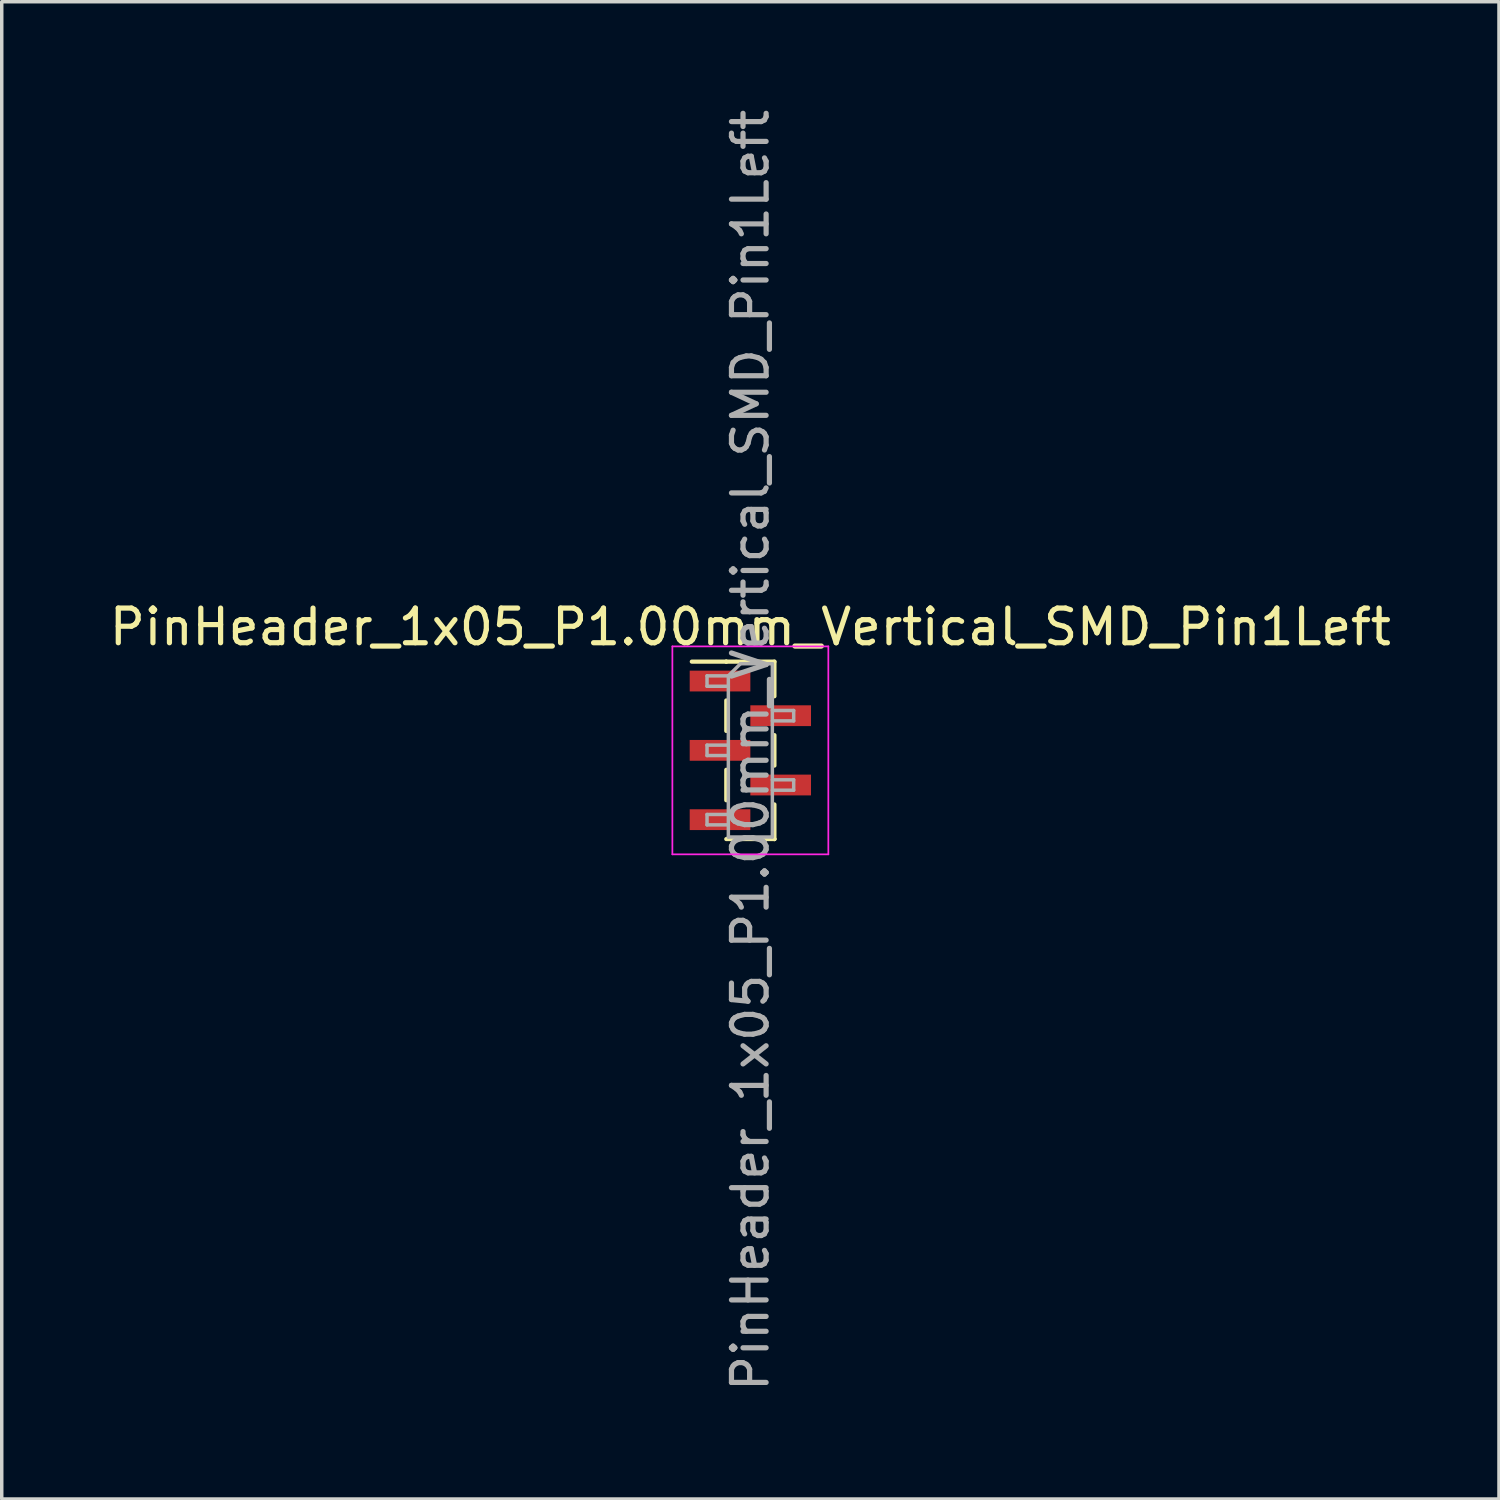
<source format=kicad_pcb>
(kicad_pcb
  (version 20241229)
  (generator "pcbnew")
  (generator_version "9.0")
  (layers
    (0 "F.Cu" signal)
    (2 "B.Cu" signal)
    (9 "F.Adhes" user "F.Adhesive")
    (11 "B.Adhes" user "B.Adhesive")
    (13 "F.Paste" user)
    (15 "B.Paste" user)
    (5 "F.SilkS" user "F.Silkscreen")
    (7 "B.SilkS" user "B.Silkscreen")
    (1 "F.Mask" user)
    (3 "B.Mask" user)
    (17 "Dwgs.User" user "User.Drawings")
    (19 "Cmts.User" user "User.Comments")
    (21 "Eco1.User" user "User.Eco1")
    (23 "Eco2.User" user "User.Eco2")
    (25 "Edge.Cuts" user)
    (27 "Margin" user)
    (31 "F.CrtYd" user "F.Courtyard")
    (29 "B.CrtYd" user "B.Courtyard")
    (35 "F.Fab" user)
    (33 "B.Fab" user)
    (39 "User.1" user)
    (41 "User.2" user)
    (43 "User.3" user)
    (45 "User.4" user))
  (footprint "PinHeader_1x05_P1.00mm_Vertical_SMD_Pin1Left"
    (layer "F.Cu")
    (at 18.601 18.601)
    (property "Reference" "PinHeader_1x05_P1.00mm_Vertical_SMD_Pin1Left" (at 0 -3.56 0) (layer "F.SilkS") (effects (font (size 1 1) (thickness 0.15))))
    (attr smd)
    (fp_line (start -0.695 -2.56) (end -1.69 -2.56) (stroke (width 0.12) (type solid)) (layer "F.SilkS"))
    (fp_line (start -0.695 -2.56) (end -0.695 -2.56) (stroke (width 0.12) (type solid)) (layer "F.SilkS"))
    (fp_line (start -0.695 -2.56) (end 0.695 -2.56) (stroke (width 0.12) (type solid)) (layer "F.SilkS"))
    (fp_line (start -0.695 -1.44) (end -0.695 -0.56) (stroke (width 0.12) (type solid)) (layer "F.SilkS"))
    (fp_line (start -0.695 0.56) (end -0.695 1.44) (stroke (width 0.12) (type solid)) (layer "F.SilkS"))
    (fp_line (start -0.695 2.56) (end 0.695 2.56) (stroke (width 0.12) (type solid)) (layer "F.SilkS"))
    (fp_line (start 0.695 -2.56) (end 0.695 -1.56) (stroke (width 0.12) (type solid)) (layer "F.SilkS"))
    (fp_line (start 0.695 -0.44) (end 0.695 0.44) (stroke (width 0.12) (type solid)) (layer "F.SilkS"))
    (fp_line (start 0.695 1.56) (end 0.695 2.56) (stroke (width 0.12) (type solid)) (layer "F.SilkS"))
    (fp_line (start 0.695 2.56) (end 0.695 2.56) (stroke (width 0.12) (type solid)) (layer "F.SilkS"))
    (fp_line (start -2.25 -3) (end -2.25 3) (stroke (width 0.05) (type solid)) (layer "F.CrtYd"))
    (fp_line (start -2.25 3) (end 2.25 3) (stroke (width 0.05) (type solid)) (layer "F.CrtYd"))
    (fp_line (start 2.25 -3) (end -2.25 -3) (stroke (width 0.05) (type solid)) (layer "F.CrtYd"))
    (fp_line (start 2.25 3) (end 2.25 -3) (stroke (width 0.05) (type solid)) (layer "F.CrtYd"))
    (fp_line (start -1.25 -2.15) (end -1.25 -1.85) (stroke (width 0.1) (type solid)) (layer "F.Fab"))
    (fp_line (start -1.25 -1.85) (end -0.635 -1.85) (stroke (width 0.1) (type solid)) (layer "F.Fab"))
    (fp_line (start -1.25 -0.15) (end -1.25 0.15) (stroke (width 0.1) (type solid)) (layer "F.Fab"))
    (fp_line (start -1.25 0.15) (end -0.635 0.15) (stroke (width 0.1) (type solid)) (layer "F.Fab"))
    (fp_line (start -1.25 1.85) (end -1.25 2.15) (stroke (width 0.1) (type solid)) (layer "F.Fab"))
    (fp_line (start -1.25 2.15) (end -0.635 2.15) (stroke (width 0.1) (type solid)) (layer "F.Fab"))
    (fp_line (start -0.635 -2.15) (end -1.25 -2.15) (stroke (width 0.1) (type solid)) (layer "F.Fab"))
    (fp_line (start -0.635 -2.15) (end -0.285 -2.5) (stroke (width 0.1) (type solid)) (layer "F.Fab"))
    (fp_line (start -0.635 -0.15) (end -1.25 -0.15) (stroke (width 0.1) (type solid)) (layer "F.Fab"))
    (fp_line (start -0.635 1.85) (end -1.25 1.85) (stroke (width 0.1) (type solid)) (layer "F.Fab"))
    (fp_line (start -0.635 2.5) (end -0.635 -2.15) (stroke (width 0.1) (type solid)) (layer "F.Fab"))
    (fp_line (start -0.285 -2.5) (end 0.635 -2.5) (stroke (width 0.1) (type solid)) (layer "F.Fab"))
    (fp_line (start 0.635 -2.5) (end 0.635 2.5) (stroke (width 0.1) (type solid)) (layer "F.Fab"))
    (fp_line (start 0.635 -1.15) (end 1.25 -1.15) (stroke (width 0.1) (type solid)) (layer "F.Fab"))
    (fp_line (start 0.635 0.85) (end 1.25 0.85) (stroke (width 0.1) (type solid)) (layer "F.Fab"))
    (fp_line (start 0.635 2.5) (end -0.635 2.5) (stroke (width 0.1) (type solid)) (layer "F.Fab"))
    (fp_line (start 1.25 -1.15) (end 1.25 -0.85) (stroke (width 0.1) (type solid)) (layer "F.Fab"))
    (fp_line (start 1.25 -0.85) (end 0.635 -0.85) (stroke (width 0.1) (type solid)) (layer "F.Fab"))
    (fp_line (start 1.25 0.85) (end 1.25 1.15) (stroke (width 0.1) (type solid)) (layer "F.Fab"))
    (fp_line (start 1.25 1.15) (end 0.635 1.15) (stroke (width 0.1) (type solid)) (layer "F.Fab"))
    (fp_text user "${REFERENCE}" (at 0 0 90) (layer "F.Fab") (effects (font (size 1 1) (thickness 0.15))))
    (pad "1" smd rect (at -0.875 -2) (size 1.75 0.6) (layers "F.Cu" "F.Mask" "F.Paste"))
    (pad "2" smd rect (at 0.875 -1) (size 1.75 0.6) (layers "F.Cu" "F.Mask" "F.Paste"))
    (pad "3" smd rect (at -0.875 0) (size 1.75 0.6) (layers "F.Cu" "F.Mask" "F.Paste"))
    (pad "4" smd rect (at 0.875 1) (size 1.75 0.6) (layers "F.Cu" "F.Mask" "F.Paste"))
    (pad "5" smd rect (at -0.875 2) (size 1.75 0.6) (layers "F.Cu" "F.Mask" "F.Paste")))
  (gr_rect
    (start -3 -3)
    (end 40.202 40.202)
    (stroke (width 0.1) (type default))
    (fill no)
    (layer "Edge.Cuts")))
</source>
